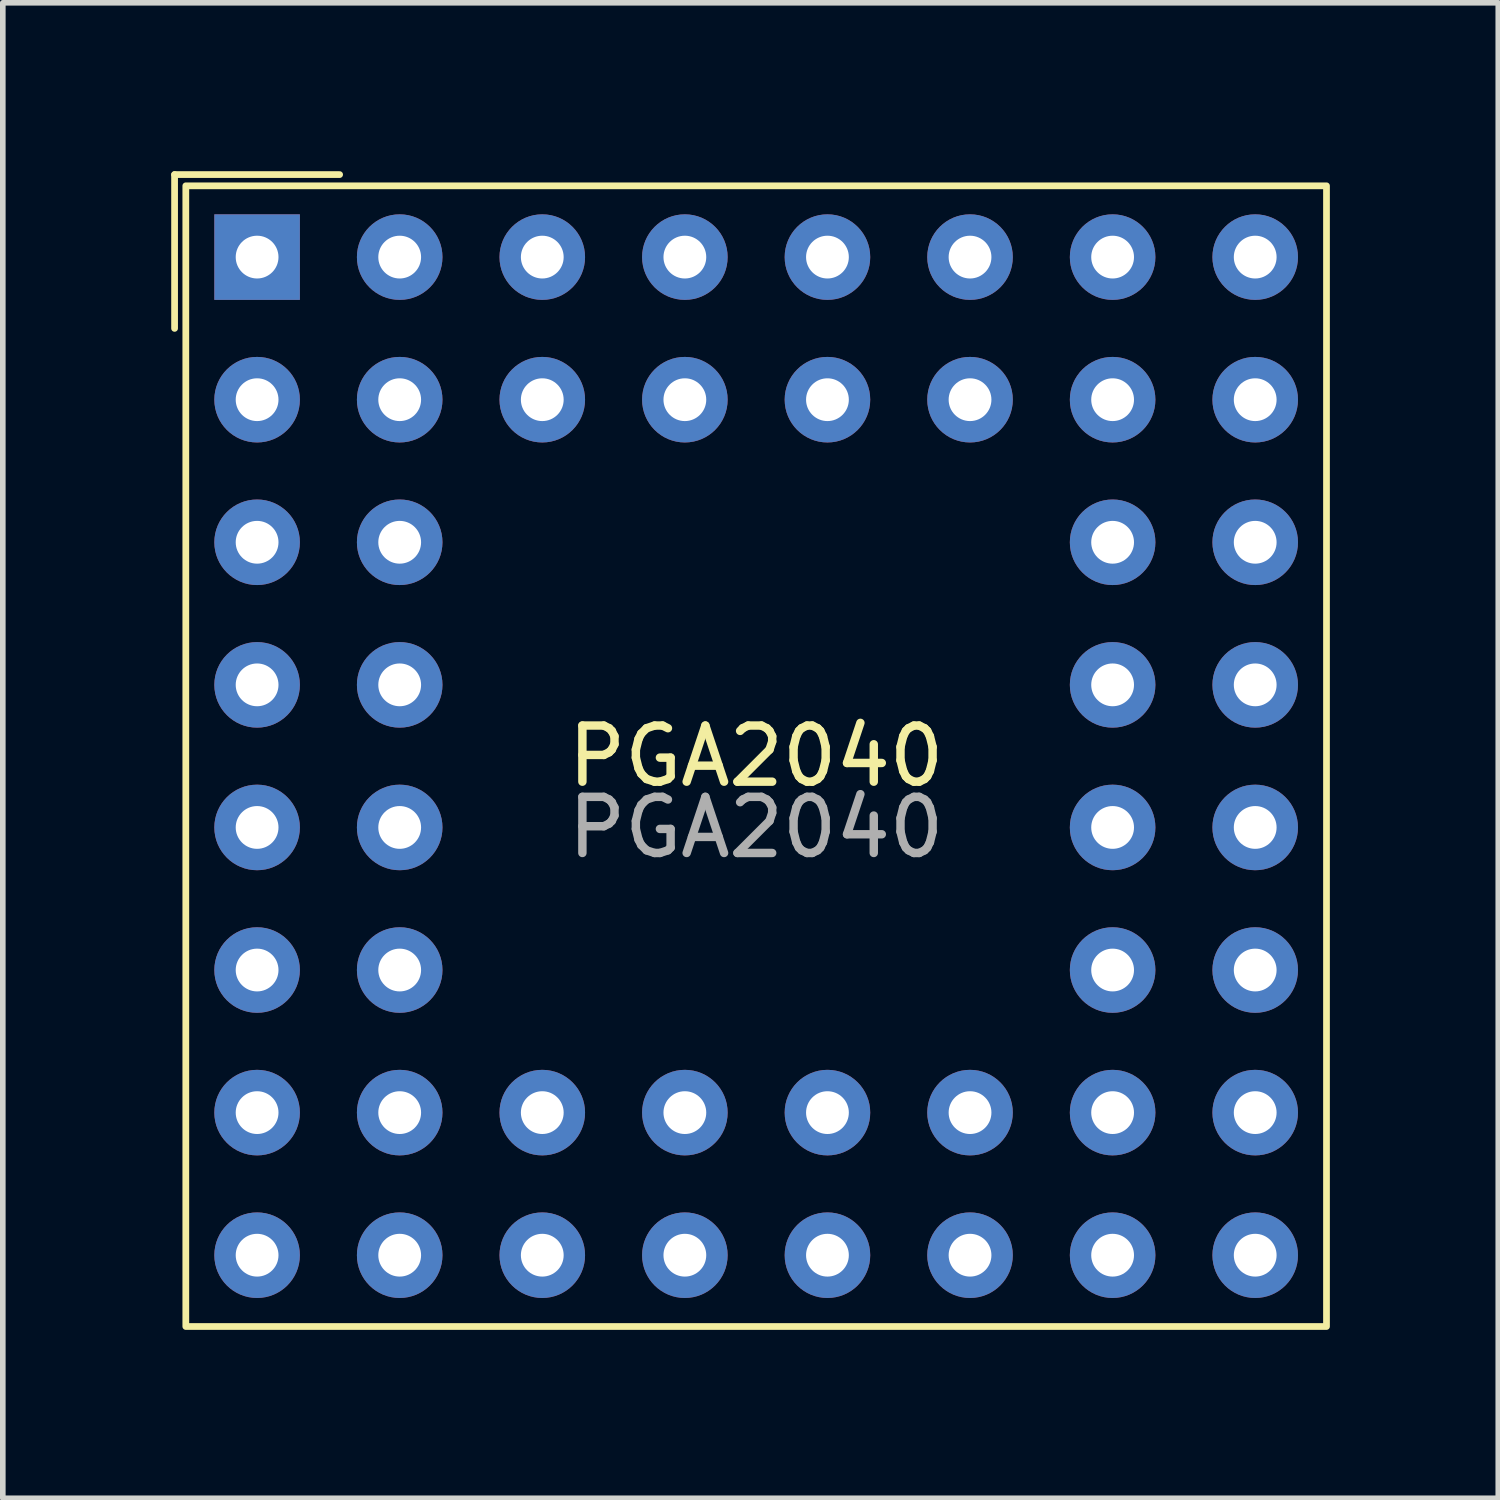
<source format=kicad_pcb>
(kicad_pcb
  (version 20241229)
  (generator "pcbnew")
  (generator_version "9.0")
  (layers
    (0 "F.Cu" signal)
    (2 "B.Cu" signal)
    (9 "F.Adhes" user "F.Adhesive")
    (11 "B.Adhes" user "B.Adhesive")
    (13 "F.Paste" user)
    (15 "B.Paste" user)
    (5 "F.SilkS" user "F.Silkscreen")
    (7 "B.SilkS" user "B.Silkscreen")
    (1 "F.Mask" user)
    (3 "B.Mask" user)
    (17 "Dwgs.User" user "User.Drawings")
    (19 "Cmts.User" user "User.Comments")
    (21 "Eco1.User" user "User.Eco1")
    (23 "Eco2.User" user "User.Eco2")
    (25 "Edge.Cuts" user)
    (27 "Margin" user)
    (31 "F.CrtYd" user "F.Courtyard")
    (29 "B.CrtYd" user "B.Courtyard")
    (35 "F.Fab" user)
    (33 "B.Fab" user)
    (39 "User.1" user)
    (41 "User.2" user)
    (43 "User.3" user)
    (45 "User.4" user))
  (footprint "PGA2040"
    (layer "F.Cu")
    (at 1.53 1.53)
    (property "Reference" "PGA2040" (at 8.89 8.89 0) (unlocked yes) (layer "F.SilkS") (effects (font (size 1 1) (thickness 0.15))))
    (attr through_hole)
    (fp_line (start -1.47 -1.47) (end 1.47 -1.47) (stroke (width 0.12) (type solid)) (layer "F.SilkS"))
    (fp_line (start -1.47 1.27) (end -1.47 -1.47) (stroke (width 0.12) (type solid)) (layer "F.SilkS"))
    (fp_rect (start -1.27 -1.27) (end 19.05 19.05) (stroke (width 0.12) (type solid)) (fill no) (layer "F.SilkS"))
    (fp_text user "${REFERENCE}" (at 8.89 10.16 0) (unlocked yes) (layer "F.Fab") (effects (font (size 1 1) (thickness 0.15))))
    (pad "A1" thru_hole rect (at 0 0) (size 1.524 1.524) (drill 0.762) (layers "*.Cu" "*.Mask"))
    (pad "A2" thru_hole circle (at 2.54 0) (size 1.524 1.524) (drill 0.762) (layers "*.Cu" "*.Mask"))
    (pad "A3" thru_hole circle (at 5.08 0) (size 1.524 1.524) (drill 0.762) (layers "*.Cu" "*.Mask"))
    (pad "A4" thru_hole circle (at 7.62 0) (size 1.524 1.524) (drill 0.762) (layers "*.Cu" "*.Mask"))
    (pad "A5" thru_hole circle (at 10.16 0) (size 1.524 1.524) (drill 0.762) (layers "*.Cu" "*.Mask"))
    (pad "A6" thru_hole circle (at 12.7 0) (size 1.524 1.524) (drill 0.762) (layers "*.Cu" "*.Mask"))
    (pad "A7" thru_hole circle (at 15.24 0) (size 1.524 1.524) (drill 0.762) (layers "*.Cu" "*.Mask"))
    (pad "A8" thru_hole circle (at 17.78 0) (size 1.524 1.524) (drill 0.762) (layers "*.Cu" "*.Mask"))
    (pad "B1" thru_hole circle (at 0 2.54) (size 1.524 1.524) (drill 0.762) (layers "*.Cu" "*.Mask"))
    (pad "B2" thru_hole circle (at 2.54 2.54) (size 1.524 1.524) (drill 0.762) (layers "*.Cu" "*.Mask"))
    (pad "B3" thru_hole circle (at 5.08 2.54) (size 1.524 1.524) (drill 0.762) (layers "*.Cu" "*.Mask"))
    (pad "B4" thru_hole circle (at 7.62 2.54) (size 1.524 1.524) (drill 0.762) (layers "*.Cu" "*.Mask"))
    (pad "B5" thru_hole circle (at 10.16 2.54) (size 1.524 1.524) (drill 0.762) (layers "*.Cu" "*.Mask"))
    (pad "B6" thru_hole circle (at 12.7 2.54) (size 1.524 1.524) (drill 0.762) (layers "*.Cu" "*.Mask"))
    (pad "B7" thru_hole circle (at 15.24 2.54) (size 1.524 1.524) (drill 0.762) (layers "*.Cu" "*.Mask"))
    (pad "B8" thru_hole circle (at 17.78 2.54) (size 1.524 1.524) (drill 0.762) (layers "*.Cu" "*.Mask"))
    (pad "C1" thru_hole circle (at 0 5.08) (size 1.524 1.524) (drill 0.762) (layers "*.Cu" "*.Mask"))
    (pad "C2" thru_hole circle (at 2.54 5.08) (size 1.524 1.524) (drill 0.762) (layers "*.Cu" "*.Mask"))
    (pad "C7" thru_hole circle (at 15.24 5.08) (size 1.524 1.524) (drill 0.762) (layers "*.Cu" "*.Mask"))
    (pad "C8" thru_hole circle (at 17.78 5.08) (size 1.524 1.524) (drill 0.762) (layers "*.Cu" "*.Mask"))
    (pad "D1" thru_hole circle (at 0 7.62) (size 1.524 1.524) (drill 0.762) (layers "*.Cu" "*.Mask"))
    (pad "D2" thru_hole circle (at 2.54 7.62) (size 1.524 1.524) (drill 0.762) (layers "*.Cu" "*.Mask"))
    (pad "D7" thru_hole circle (at 15.24 7.62) (size 1.524 1.524) (drill 0.762) (layers "*.Cu" "*.Mask"))
    (pad "D8" thru_hole circle (at 17.78 7.62) (size 1.524 1.524) (drill 0.762) (layers "*.Cu" "*.Mask"))
    (pad "E1" thru_hole circle (at 0 10.16) (size 1.524 1.524) (drill 0.762) (layers "*.Cu" "*.Mask"))
    (pad "E2" thru_hole circle (at 2.54 10.16) (size 1.524 1.524) (drill 0.762) (layers "*.Cu" "*.Mask"))
    (pad "E7" thru_hole circle (at 15.24 10.16) (size 1.524 1.524) (drill 0.762) (layers "*.Cu" "*.Mask"))
    (pad "E8" thru_hole circle (at 17.78 10.16) (size 1.524 1.524) (drill 0.762) (layers "*.Cu" "*.Mask"))
    (pad "F1" thru_hole circle (at 0 12.7) (size 1.524 1.524) (drill 0.762) (layers "*.Cu" "*.Mask"))
    (pad "F2" thru_hole circle (at 2.54 12.7) (size 1.524 1.524) (drill 0.762) (layers "*.Cu" "*.Mask"))
    (pad "F7" thru_hole circle (at 15.24 12.7) (size 1.524 1.524) (drill 0.762) (layers "*.Cu" "*.Mask"))
    (pad "F8" thru_hole circle (at 17.78 12.7) (size 1.524 1.524) (drill 0.762) (layers "*.Cu" "*.Mask"))
    (pad "G1" thru_hole circle (at 0 15.24) (size 1.524 1.524) (drill 0.762) (layers "*.Cu" "*.Mask"))
    (pad "G2" thru_hole circle (at 2.54 15.24) (size 1.524 1.524) (drill 0.762) (layers "*.Cu" "*.Mask"))
    (pad "G3" thru_hole circle (at 5.08 15.24) (size 1.524 1.524) (drill 0.762) (layers "*.Cu" "*.Mask"))
    (pad "G4" thru_hole circle (at 7.62 15.24) (size 1.524 1.524) (drill 0.762) (layers "*.Cu" "*.Mask"))
    (pad "G5" thru_hole circle (at 10.16 15.24) (size 1.524 1.524) (drill 0.762) (layers "*.Cu" "*.Mask"))
    (pad "G6" thru_hole circle (at 12.7 15.24) (size 1.524 1.524) (drill 0.762) (layers "*.Cu" "*.Mask"))
    (pad "G7" thru_hole circle (at 15.24 15.24) (size 1.524 1.524) (drill 0.762) (layers "*.Cu" "*.Mask"))
    (pad "G8" thru_hole circle (at 17.78 15.24) (size 1.524 1.524) (drill 0.762) (layers "*.Cu" "*.Mask"))
    (pad "H1" thru_hole circle (at 0 17.78) (size 1.524 1.524) (drill 0.762) (layers "*.Cu" "*.Mask"))
    (pad "H2" thru_hole circle (at 2.54 17.78) (size 1.524 1.524) (drill 0.762) (layers "*.Cu" "*.Mask"))
    (pad "H3" thru_hole circle (at 5.08 17.78) (size 1.524 1.524) (drill 0.762) (layers "*.Cu" "*.Mask"))
    (pad "H4" thru_hole circle (at 7.62 17.78) (size 1.524 1.524) (drill 0.762) (layers "*.Cu" "*.Mask"))
    (pad "H5" thru_hole circle (at 10.16 17.78) (size 1.524 1.524) (drill 0.762) (layers "*.Cu" "*.Mask"))
    (pad "H6" thru_hole circle (at 12.7 17.78) (size 1.524 1.524) (drill 0.762) (layers "*.Cu" "*.Mask"))
    (pad "H7" thru_hole circle (at 15.24 17.78) (size 1.524 1.524) (drill 0.762) (layers "*.Cu" "*.Mask"))
    (pad "H8" thru_hole circle (at 17.78 17.78) (size 1.524 1.524) (drill 0.762) (layers "*.Cu" "*.Mask")))
  (gr_rect
    (start -3 -3)
    (end 23.64 23.64)
    (stroke (width 0.1) (type default))
    (fill no)
    (layer "Edge.Cuts")))
</source>
